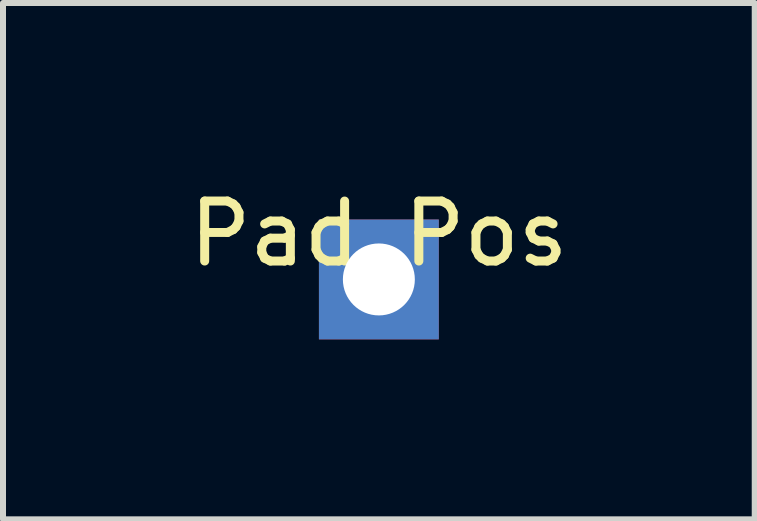
<source format=kicad_pcb>
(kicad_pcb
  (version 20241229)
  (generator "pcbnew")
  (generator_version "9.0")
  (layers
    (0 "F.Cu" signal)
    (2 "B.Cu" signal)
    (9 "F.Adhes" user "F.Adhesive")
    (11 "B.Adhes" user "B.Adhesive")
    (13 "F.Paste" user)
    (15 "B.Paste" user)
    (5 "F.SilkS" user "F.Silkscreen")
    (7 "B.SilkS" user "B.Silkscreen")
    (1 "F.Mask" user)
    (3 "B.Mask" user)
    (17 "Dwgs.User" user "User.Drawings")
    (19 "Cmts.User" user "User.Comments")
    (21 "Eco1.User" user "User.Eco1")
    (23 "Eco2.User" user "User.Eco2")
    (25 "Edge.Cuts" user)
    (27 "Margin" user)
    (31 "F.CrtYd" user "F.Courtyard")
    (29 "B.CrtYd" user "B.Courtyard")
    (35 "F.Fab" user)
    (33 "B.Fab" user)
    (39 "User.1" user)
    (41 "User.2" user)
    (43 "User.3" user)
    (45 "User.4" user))
  (footprint "Pad_Pos"
    (layer "F.Cu")
    (at 3.268 1.61)
    (property "Reference" "Pad_Pos" (at 0 -0.762 0) (layer "F.SilkS") (effects (font (size 1 1) (thickness 0.15))))
    (attr through_hole)
    (pad "1" thru_hole rect (at 0 0) (size 1.999 1.999) (drill 1.2) (layers "*.Cu" "F.Mask")))
  (gr_rect
    (start -3 -3)
    (end 9.536 5.61)
    (stroke (width 0.1) (type default))
    (fill no)
    (layer "Edge.Cuts")))
</source>
